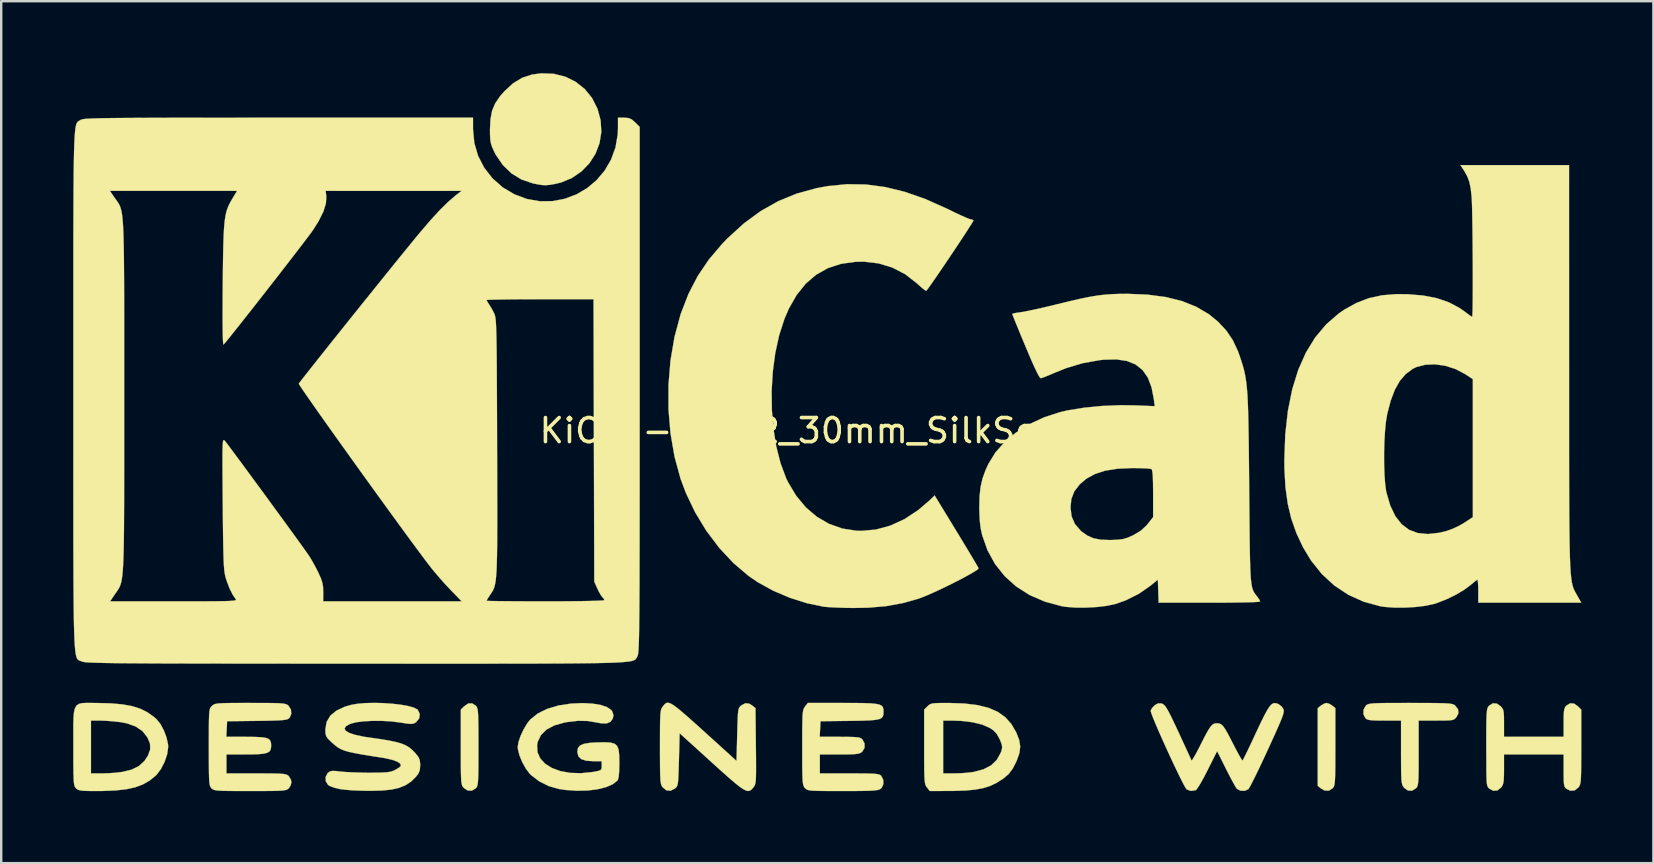
<source format=kicad_pcb>
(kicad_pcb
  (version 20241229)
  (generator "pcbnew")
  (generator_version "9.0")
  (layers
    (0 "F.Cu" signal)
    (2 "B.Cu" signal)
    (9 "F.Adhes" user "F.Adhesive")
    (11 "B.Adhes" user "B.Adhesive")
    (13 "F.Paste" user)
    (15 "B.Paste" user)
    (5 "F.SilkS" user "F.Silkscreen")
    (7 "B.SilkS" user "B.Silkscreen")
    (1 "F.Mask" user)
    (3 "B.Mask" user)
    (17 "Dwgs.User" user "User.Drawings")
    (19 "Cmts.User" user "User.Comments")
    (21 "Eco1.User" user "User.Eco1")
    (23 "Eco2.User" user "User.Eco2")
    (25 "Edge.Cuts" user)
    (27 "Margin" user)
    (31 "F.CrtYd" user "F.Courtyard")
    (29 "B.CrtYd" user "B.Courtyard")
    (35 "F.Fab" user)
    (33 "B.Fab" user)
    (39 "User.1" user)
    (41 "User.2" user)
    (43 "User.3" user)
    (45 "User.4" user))
  (footprint "KiCad-Logo2_30mm_SilkScreen"
    (layer "F.Cu")
    (at 31.389 14.892)
    (property "Reference" "KiCad-Logo2_30mm_SilkScreen" (at 0 0 0) (layer "F.SilkS") (effects (font (size 1 1) (thickness 0.15))))
    (attr exclude_from_pos_files exclude_from_bom)
    (fp_poly (pts (xy 20.943 11.379) (xy 21.062 11.453) (xy 21.195 11.561) (xy 21.195 13.169) (xy 21.194 13.639) (xy 21.193 14.01) (xy 21.189 14.294) (xy 21.182 14.504) (xy 21.171 14.654) (xy 21.155 14.756) (xy 21.134 14.825) (xy 21.107 14.872) (xy 21.087 14.895) (xy 20.93 14.998) (xy 20.751 14.994) (xy 20.594 14.906) (xy 20.461 14.798) (xy 20.461 11.561) (xy 20.594 11.453) (xy 20.723 11.375) (xy 20.828 11.345) (xy 20.943 11.379)) (stroke (width 0.01) (type solid)) (fill yes) (layer "F.SilkS"))
    (fp_poly (pts (xy -14.619 11.458) (xy -14.586 11.496) (xy -14.56 11.545) (xy -14.541 11.618) (xy -14.527 11.728) (xy -14.517 11.888) (xy -14.511 12.112) (xy -14.508 12.412) (xy -14.506 12.801) (xy -14.506 13.18) (xy -14.507 13.649) (xy -14.508 14.018) (xy -14.512 14.301) (xy -14.519 14.51) (xy -14.529 14.659) (xy -14.544 14.76) (xy -14.565 14.827) (xy -14.593 14.872) (xy -14.619 14.901) (xy -14.784 15) (xy -14.96 14.991) (xy -15.117 14.884) (xy -15.153 14.842) (xy -15.182 14.793) (xy -15.203 14.724) (xy -15.218 14.622) (xy -15.229 14.473) (xy -15.235 14.263) (xy -15.239 13.979) (xy -15.24 13.608) (xy -15.24 13.188) (xy -15.24 11.622) (xy -15.101 11.484) (xy -14.931 11.367) (xy -14.765 11.363) (xy -14.619 11.458)) (stroke (width 0.01) (type solid)) (fill yes) (layer "F.SilkS"))
    (fp_poly (pts (xy -11.365 -14.867) (xy -10.884 -14.746) (xy -10.451 -14.532) (xy -10.077 -14.233) (xy -9.772 -13.858) (xy -9.547 -13.414) (xy -9.416 -12.932) (xy -9.386 -12.446) (xy -9.461 -11.977) (xy -9.629 -11.537) (xy -9.883 -11.141) (xy -10.212 -10.801) (xy -10.607 -10.529) (xy -11.06 -10.34) (xy -11.316 -10.278) (xy -11.538 -10.24) (xy -11.71 -10.225) (xy -11.875 -10.235) (xy -12.077 -10.269) (xy -12.243 -10.304) (xy -12.71 -10.461) (xy -13.128 -10.717) (xy -13.488 -11.063) (xy -13.781 -11.491) (xy -13.851 -11.628) (xy -13.933 -11.809) (xy -13.984 -11.962) (xy -14.012 -12.123) (xy -14.023 -12.328) (xy -14.025 -12.559) (xy -14.004 -12.981) (xy -13.937 -13.327) (xy -13.811 -13.63) (xy -13.614 -13.922) (xy -13.421 -14.143) (xy -13.062 -14.473) (xy -12.687 -14.7) (xy -12.273 -14.836) (xy -11.885 -14.887) (xy -11.365 -14.867)) (stroke (width 0.01) (type solid)) (fill yes) (layer "F.SilkS"))
    (fp_poly (pts (xy 24.815 11.346) (xy 25.209 11.348) (xy 25.514 11.352) (xy 25.744 11.358) (xy 25.911 11.368) (xy 26.026 11.383) (xy 26.103 11.401) (xy 26.154 11.426) (xy 26.179 11.444) (xy 26.307 11.607) (xy 26.323 11.776) (xy 26.244 11.929) (xy 26.192 11.99) (xy 26.136 12.032) (xy 26.055 12.058) (xy 25.928 12.072) (xy 25.734 12.078) (xy 25.451 12.079) (xy 25.396 12.079) (xy 24.666 12.079) (xy 24.666 13.434) (xy 24.666 13.861) (xy 24.664 14.189) (xy 24.659 14.434) (xy 24.65 14.609) (xy 24.636 14.729) (xy 24.616 14.808) (xy 24.588 14.861) (xy 24.553 14.901) (xy 24.389 15.001) (xy 24.217 14.993) (xy 24.061 14.88) (xy 24.049 14.865) (xy 24.012 14.812) (xy 23.984 14.75) (xy 23.963 14.664) (xy 23.949 14.539) (xy 23.94 14.359) (xy 23.935 14.11) (xy 23.933 13.777) (xy 23.932 13.398) (xy 23.932 12.079) (xy 23.236 12.079) (xy 22.937 12.077) (xy 22.73 12.069) (xy 22.594 12.053) (xy 22.508 12.025) (xy 22.452 11.983) (xy 22.445 11.976) (xy 22.364 11.81) (xy 22.371 11.622) (xy 22.465 11.458) (xy 22.501 11.426) (xy 22.548 11.401) (xy 22.618 11.382) (xy 22.723 11.368) (xy 22.877 11.358) (xy 23.091 11.351) (xy 23.378 11.347) (xy 23.751 11.346) (xy 24.221 11.345) (xy 24.321 11.345) (xy 24.815 11.346)) (stroke (width 0.01) (type solid)) (fill yes) (layer "F.SilkS"))
    (fp_poly (pts (xy 31.144 11.373) (xy 31.301 11.484) (xy 31.44 11.622) (xy 31.44 13.17) (xy 31.439 13.629) (xy 31.437 13.989) (xy 31.433 14.264) (xy 31.426 14.467) (xy 31.415 14.612) (xy 31.398 14.712) (xy 31.376 14.782) (xy 31.346 14.834) (xy 31.323 14.865) (xy 31.169 14.988) (xy 30.992 15.002) (xy 30.831 14.926) (xy 30.778 14.882) (xy 30.742 14.823) (xy 30.721 14.728) (xy 30.71 14.575) (xy 30.706 14.343) (xy 30.706 14.164) (xy 30.706 13.49) (xy 28.222 13.49) (xy 28.222 14.103) (xy 28.22 14.384) (xy 28.209 14.577) (xy 28.188 14.707) (xy 28.15 14.799) (xy 28.105 14.865) (xy 27.951 14.988) (xy 27.776 15.003) (xy 27.609 14.915) (xy 27.563 14.87) (xy 27.531 14.809) (xy 27.509 14.715) (xy 27.497 14.568) (xy 27.49 14.35) (xy 27.487 14.041) (xy 27.487 13.97) (xy 27.484 13.388) (xy 27.483 12.909) (xy 27.484 12.521) (xy 27.486 12.214) (xy 27.491 11.978) (xy 27.5 11.803) (xy 27.511 11.676) (xy 27.527 11.589) (xy 27.548 11.53) (xy 27.573 11.489) (xy 27.601 11.458) (xy 27.761 11.359) (xy 27.927 11.373) (xy 28.084 11.484) (xy 28.147 11.556) (xy 28.188 11.635) (xy 28.21 11.748) (xy 28.22 11.92) (xy 28.222 12.179) (xy 28.222 12.189) (xy 28.222 12.756) (xy 30.706 12.756) (xy 30.706 12.164) (xy 30.708 11.891) (xy 30.718 11.706) (xy 30.74 11.587) (xy 30.777 11.507) (xy 30.819 11.458) (xy 30.978 11.359) (xy 31.144 11.373)) (stroke (width 0.01) (type solid)) (fill yes) (layer "F.SilkS"))
    (fp_poly (pts (xy 5.092 11.346) (xy 5.736 11.368) (xy 6.285 11.434) (xy 6.746 11.549) (xy 7.129 11.715) (xy 7.443 11.938) (xy 7.696 12.221) (xy 7.898 12.568) (xy 7.902 12.577) (xy 8.023 12.887) (xy 8.066 13.163) (xy 8.031 13.439) (xy 7.918 13.755) (xy 7.897 13.803) (xy 7.751 14.085) (xy 7.587 14.302) (xy 7.375 14.487) (xy 7.086 14.671) (xy 7.069 14.68) (xy 6.818 14.801) (xy 6.533 14.891) (xy 6.198 14.954) (xy 5.793 14.993) (xy 5.3 15.01) (xy 5.126 15.011) (xy 4.298 15.014) (xy 4.181 14.865) (xy 4.146 14.817) (xy 4.119 14.759) (xy 4.099 14.68) (xy 4.084 14.566) (xy 4.074 14.402) (xy 4.071 14.28) (xy 4.854 14.28) (xy 5.324 14.28) (xy 5.598 14.272) (xy 5.88 14.251) (xy 6.112 14.221) (xy 6.126 14.219) (xy 6.537 14.109) (xy 6.856 13.943) (xy 7.092 13.714) (xy 7.257 13.415) (xy 7.286 13.335) (xy 7.314 13.212) (xy 7.301 13.09) (xy 7.242 12.927) (xy 7.207 12.847) (xy 7.09 12.635) (xy 6.949 12.486) (xy 6.795 12.383) (xy 6.485 12.248) (xy 6.088 12.15) (xy 5.626 12.094) (xy 5.292 12.081) (xy 4.854 12.079) (xy 4.854 14.28) (xy 4.071 14.28) (xy 4.068 14.175) (xy 4.065 13.872) (xy 4.064 13.478) (xy 4.064 13.17) (xy 4.064 11.622) (xy 4.203 11.484) (xy 4.264 11.428) (xy 4.331 11.389) (xy 4.423 11.365) (xy 4.564 11.352) (xy 4.774 11.347) (xy 5.074 11.346) (xy 5.092 11.346)) (stroke (width 0.01) (type solid)) (fill yes) (layer "F.SilkS"))
    (fp_poly (pts (xy -30.607 11.345) (xy -30.409 11.347) (xy -29.831 11.361) (xy -29.347 11.403) (xy -28.94 11.476) (xy -28.594 11.586) (xy -28.292 11.737) (xy -28.019 11.933) (xy -27.921 12.018) (xy -27.759 12.217) (xy -27.613 12.487) (xy -27.5 12.787) (xy -27.438 13.074) (xy -27.432 13.18) (xy -27.472 13.474) (xy -27.579 13.795) (xy -27.735 14.099) (xy -27.919 14.342) (xy -27.949 14.371) (xy -28.203 14.577) (xy -28.481 14.737) (xy -28.798 14.857) (xy -29.172 14.94) (xy -29.619 14.99) (xy -30.153 15.012) (xy -30.398 15.014) (xy -30.709 15.013) (xy -30.928 15.006) (xy -31.075 14.993) (xy -31.17 14.969) (xy -31.235 14.933) (xy -31.27 14.901) (xy -31.303 14.863) (xy -31.329 14.815) (xy -31.349 14.742) (xy -31.363 14.632) (xy -31.372 14.471) (xy -31.378 14.248) (xy -31.382 13.948) (xy -31.383 13.558) (xy -31.383 13.18) (xy -31.384 12.675) (xy -31.384 12.272) (xy -31.379 12.079) (xy -30.649 12.079) (xy -30.649 14.28) (xy -30.184 14.28) (xy -29.903 14.272) (xy -29.61 14.251) (xy -29.365 14.222) (xy -29.358 14.221) (xy -28.962 14.125) (xy -28.655 13.976) (xy -28.422 13.764) (xy -28.273 13.535) (xy -28.182 13.28) (xy -28.189 13.041) (xy -28.295 12.785) (xy -28.502 12.519) (xy -28.79 12.323) (xy -29.164 12.192) (xy -29.414 12.145) (xy -29.697 12.113) (xy -29.998 12.089) (xy -30.253 12.079) (xy -30.268 12.079) (xy -30.649 12.079) (xy -31.379 12.079) (xy -31.376 11.959) (xy -31.355 11.725) (xy -31.314 11.559) (xy -31.248 11.449) (xy -31.15 11.384) (xy -31.014 11.352) (xy -30.835 11.343) (xy -30.607 11.345)) (stroke (width 0.01) (type solid)) (fill yes) (layer "F.SilkS"))
    (fp_poly (pts (xy -6.501 11.367) (xy -6.383 11.436) (xy -6.229 11.549) (xy -6.03 11.712) (xy -5.78 11.929) (xy -5.469 12.205) (xy -5.09 12.547) (xy -4.657 12.94) (xy -3.754 13.759) (xy -3.725 12.66) (xy -3.715 12.282) (xy -3.705 12) (xy -3.694 11.799) (xy -3.678 11.661) (xy -3.656 11.572) (xy -3.626 11.514) (xy -3.585 11.471) (xy -3.564 11.453) (xy -3.391 11.358) (xy -3.227 11.372) (xy -3.097 11.453) (xy -2.963 11.561) (xy -2.947 13.136) (xy -2.942 13.599) (xy -2.94 13.963) (xy -2.941 14.241) (xy -2.945 14.447) (xy -2.954 14.594) (xy -2.969 14.696) (xy -2.99 14.767) (xy -3.018 14.82) (xy -3.05 14.862) (xy -3.117 14.941) (xy -3.184 14.993) (xy -3.261 15.013) (xy -3.355 14.995) (xy -3.477 14.934) (xy -3.636 14.824) (xy -3.842 14.66) (xy -4.103 14.435) (xy -4.429 14.144) (xy -4.798 13.81) (xy -6.124 12.607) (xy -6.152 13.703) (xy -6.163 14.081) (xy -6.173 14.362) (xy -6.184 14.563) (xy -6.2 14.699) (xy -6.222 14.789) (xy -6.252 14.846) (xy -6.293 14.889) (xy -6.314 14.906) (xy -6.499 15.002) (xy -6.674 14.987) (xy -6.826 14.865) (xy -6.86 14.816) (xy -6.888 14.759) (xy -6.908 14.68) (xy -6.923 14.565) (xy -6.932 14.4) (xy -6.938 14.173) (xy -6.941 13.868) (xy -6.943 13.472) (xy -6.943 13.18) (xy -6.942 12.722) (xy -6.941 12.363) (xy -6.937 12.09) (xy -6.929 11.889) (xy -6.918 11.745) (xy -6.901 11.645) (xy -6.878 11.576) (xy -6.848 11.524) (xy -6.826 11.494) (xy -6.769 11.423) (xy -6.717 11.37) (xy -6.659 11.339) (xy -6.59 11.337) (xy -6.501 11.367)) (stroke (width 0.01) (type solid)) (fill yes) (layer "F.SilkS"))
    (fp_poly (pts (xy -9.75 11.373) (xy -9.408 11.43) (xy -9.145 11.52) (xy -8.974 11.637) (xy -8.927 11.705) (xy -8.879 11.861) (xy -8.911 12.002) (xy -9.012 12.136) (xy -9.169 12.199) (xy -9.396 12.193) (xy -9.572 12.16) (xy -9.962 12.095) (xy -10.361 12.089) (xy -10.808 12.141) (xy -10.931 12.163) (xy -11.346 12.281) (xy -11.671 12.455) (xy -11.902 12.683) (xy -12.036 12.962) (xy -12.063 13.107) (xy -12.045 13.4) (xy -11.929 13.659) (xy -11.724 13.88) (xy -11.442 14.056) (xy -11.094 14.184) (xy -10.689 14.258) (xy -10.239 14.272) (xy -9.755 14.223) (xy -9.727 14.218) (xy -9.534 14.182) (xy -9.427 14.148) (xy -9.381 14.096) (xy -9.37 14.01) (xy -9.37 13.964) (xy -9.37 13.772) (xy -9.712 13.772) (xy -10.014 13.752) (xy -10.221 13.686) (xy -10.341 13.569) (xy -10.384 13.395) (xy -10.385 13.372) (xy -10.359 13.223) (xy -10.272 13.117) (xy -10.11 13.047) (xy -9.859 13.006) (xy -9.616 12.991) (xy -9.262 12.982) (xy -9.006 12.995) (xy -8.831 13.044) (xy -8.722 13.142) (xy -8.664 13.302) (xy -8.64 13.539) (xy -8.636 13.85) (xy -8.643 14.198) (xy -8.664 14.434) (xy -8.7 14.56) (xy -8.707 14.57) (xy -8.901 14.728) (xy -9.186 14.852) (xy -9.544 14.942) (xy -9.957 14.993) (xy -10.406 15.003) (xy -10.873 14.97) (xy -11.148 14.93) (xy -11.579 14.808) (xy -11.979 14.608) (xy -12.315 14.349) (xy -12.366 14.298) (xy -12.532 14.08) (xy -12.681 13.811) (xy -12.797 13.528) (xy -12.861 13.271) (xy -12.869 13.173) (xy -12.836 12.967) (xy -12.748 12.711) (xy -12.621 12.442) (xy -12.474 12.196) (xy -12.344 12.032) (xy -12.039 11.787) (xy -11.645 11.593) (xy -11.176 11.452) (xy -10.646 11.371) (xy -10.16 11.351) (xy -9.75 11.373)) (stroke (width 0.01) (type solid)) (fill yes) (layer "F.SilkS"))
    (fp_poly (pts (xy 1.152 11.346) (xy 1.534 11.351) (xy 1.826 11.362) (xy 2.041 11.381) (xy 2.191 11.411) (xy 2.287 11.455) (xy 2.341 11.516) (xy 2.365 11.595) (xy 2.371 11.695) (xy 2.371 11.707) (xy 2.366 11.82) (xy 2.342 11.908) (xy 2.287 11.973) (xy 2.187 12.02) (xy 2.029 12.051) (xy 1.801 12.071) (xy 1.49 12.083) (xy 1.081 12.09) (xy 0.956 12.092) (xy -0.254 12.107) (xy -0.271 12.432) (xy -0.288 12.756) (xy 0.553 12.756) (xy 0.881 12.758) (xy 1.116 12.763) (xy 1.275 12.774) (xy 1.379 12.794) (xy 1.445 12.824) (xy 1.494 12.867) (xy 1.494 12.867) (xy 1.582 13.036) (xy 1.579 13.217) (xy 1.487 13.372) (xy 1.468 13.388) (xy 1.404 13.429) (xy 1.315 13.458) (xy 1.183 13.476) (xy 0.987 13.486) (xy 0.708 13.49) (xy 0.53 13.49) (xy -0.282 13.49) (xy -0.282 14.28) (xy 0.951 14.28) (xy 1.358 14.281) (xy 1.667 14.284) (xy 1.893 14.29) (xy 2.051 14.301) (xy 2.156 14.318) (xy 2.223 14.341) (xy 2.266 14.372) (xy 2.277 14.384) (xy 2.358 14.541) (xy 2.364 14.721) (xy 2.298 14.876) (xy 2.245 14.926) (xy 2.191 14.954) (xy 2.106 14.975) (xy 1.978 14.991) (xy 1.794 15.002) (xy 1.539 15.009) (xy 1.2 15.013) (xy 0.765 15.014) (xy 0.667 15.014) (xy 0.225 15.014) (xy -0.119 15.012) (xy -0.377 15.008) (xy -0.564 15.001) (xy -0.694 14.989) (xy -0.78 14.971) (xy -0.837 14.946) (xy -0.878 14.914) (xy -0.901 14.891) (xy -0.935 14.849) (xy -0.961 14.798) (xy -0.981 14.724) (xy -0.996 14.613) (xy -1.006 14.452) (xy -1.012 14.227) (xy -1.015 13.926) (xy -1.016 13.535) (xy -1.016 13.205) (xy -1.016 12.743) (xy -1.014 12.381) (xy -1.01 12.104) (xy -1.003 11.899) (xy -0.992 11.752) (xy -0.975 11.651) (xy -0.953 11.58) (xy -0.924 11.527) (xy -0.899 11.494) (xy -0.782 11.345) (xy 0.669 11.345) (xy 1.152 11.346)) (stroke (width 0.01) (type solid)) (fill yes) (layer "F.SilkS"))
    (fp_poly (pts (xy -23.564 11.346) (xy -23.217 11.348) (xy -22.955 11.352) (xy -22.764 11.36) (xy -22.631 11.372) (xy -22.541 11.39) (xy -22.48 11.414) (xy -22.435 11.446) (xy -22.419 11.46) (xy -22.32 11.616) (xy -22.302 11.794) (xy -22.367 11.953) (xy -22.398 11.985) (xy -22.446 12.016) (xy -22.525 12.04) (xy -22.647 12.058) (xy -22.828 12.071) (xy -23.083 12.08) (xy -23.425 12.088) (xy -23.738 12.092) (xy -24.977 12.107) (xy -24.994 12.432) (xy -25.011 12.756) (xy -24.17 12.756) (xy -23.805 12.76) (xy -23.538 12.773) (xy -23.353 12.802) (xy -23.236 12.852) (xy -23.172 12.928) (xy -23.146 13.037) (xy -23.142 13.139) (xy -23.155 13.263) (xy -23.201 13.355) (xy -23.297 13.418) (xy -23.456 13.459) (xy -23.692 13.481) (xy -24.02 13.489) (xy -24.199 13.49) (xy -25.005 13.49) (xy -25.005 14.28) (xy -23.763 14.28) (xy -23.356 14.281) (xy -23.047 14.284) (xy -22.82 14.289) (xy -22.66 14.3) (xy -22.553 14.316) (xy -22.482 14.339) (xy -22.433 14.37) (xy -22.408 14.393) (xy -22.323 14.528) (xy -22.296 14.647) (xy -22.335 14.793) (xy -22.408 14.901) (xy -22.448 14.935) (xy -22.498 14.962) (xy -22.574 14.981) (xy -22.689 14.996) (xy -22.856 15.005) (xy -23.088 15.01) (xy -23.401 15.013) (xy -23.807 15.014) (xy -24.017 15.014) (xy -24.468 15.014) (xy -24.82 15.012) (xy -25.086 15.008) (xy -25.28 15) (xy -25.415 14.988) (xy -25.506 14.971) (xy -25.566 14.948) (xy -25.609 14.917) (xy -25.626 14.901) (xy -25.659 14.863) (xy -25.685 14.814) (xy -25.704 14.741) (xy -25.718 14.631) (xy -25.728 14.47) (xy -25.734 14.246) (xy -25.737 13.944) (xy -25.738 13.554) (xy -25.739 13.19) (xy -25.738 12.724) (xy -25.737 12.357) (xy -25.734 12.077) (xy -25.728 11.871) (xy -25.718 11.724) (xy -25.703 11.625) (xy -25.681 11.559) (xy -25.653 11.514) (xy -25.617 11.476) (xy -25.608 11.468) (xy -25.565 11.431) (xy -25.514 11.402) (xy -25.443 11.381) (xy -25.337 11.365) (xy -25.182 11.355) (xy -24.964 11.349) (xy -24.669 11.346) (xy -24.284 11.345) (xy -24.01 11.345) (xy -23.564 11.346)) (stroke (width 0.01) (type solid)) (fill yes) (layer "F.SilkS"))
    (fp_poly (pts (xy 18.723 11.355) (xy 18.821 11.39) (xy 18.825 11.392) (xy 18.958 11.493) (xy 19.031 11.598) (xy 19.046 11.647) (xy 19.045 11.712) (xy 19.025 11.804) (xy 18.981 11.936) (xy 18.908 12.119) (xy 18.803 12.363) (xy 18.661 12.682) (xy 18.477 13.085) (xy 18.376 13.306) (xy 18.193 13.7) (xy 18.022 14.062) (xy 17.868 14.379) (xy 17.738 14.639) (xy 17.64 14.826) (xy 17.578 14.929) (xy 17.566 14.944) (xy 17.411 15.007) (xy 17.236 14.998) (xy 17.095 14.922) (xy 17.089 14.915) (xy 17.033 14.831) (xy 16.94 14.666) (xy 16.819 14.442) (xy 16.684 14.18) (xy 16.636 14.084) (xy 16.27 13.351) (xy 15.871 14.147) (xy 15.729 14.422) (xy 15.597 14.661) (xy 15.486 14.844) (xy 15.407 14.955) (xy 15.38 14.979) (xy 15.171 15.011) (xy 14.999 14.944) (xy 14.949 14.872) (xy 14.861 14.713) (xy 14.744 14.483) (xy 14.604 14.196) (xy 14.448 13.869) (xy 14.284 13.518) (xy 14.119 13.156) (xy 13.959 12.802) (xy 13.813 12.469) (xy 13.687 12.174) (xy 13.588 11.932) (xy 13.524 11.76) (xy 13.501 11.671) (xy 13.501 11.668) (xy 13.557 11.557) (xy 13.667 11.444) (xy 13.674 11.439) (xy 13.809 11.362) (xy 13.935 11.363) (xy 13.982 11.377) (xy 14.039 11.409) (xy 14.1 11.47) (xy 14.172 11.575) (xy 14.262 11.735) (xy 14.377 11.963) (xy 14.525 12.273) (xy 14.659 12.559) (xy 14.812 12.891) (xy 14.95 13.189) (xy 15.065 13.439) (xy 15.149 13.623) (xy 15.196 13.728) (xy 15.203 13.744) (xy 15.233 13.717) (xy 15.304 13.606) (xy 15.405 13.425) (xy 15.528 13.191) (xy 15.576 13.095) (xy 15.741 12.77) (xy 15.868 12.533) (xy 15.968 12.371) (xy 16.051 12.27) (xy 16.128 12.215) (xy 16.208 12.194) (xy 16.261 12.192) (xy 16.353 12.2) (xy 16.435 12.234) (xy 16.515 12.308) (xy 16.606 12.435) (xy 16.719 12.63) (xy 16.863 12.907) (xy 16.943 13.065) (xy 17.073 13.315) (xy 17.186 13.524) (xy 17.272 13.671) (xy 17.322 13.741) (xy 17.329 13.744) (xy 17.361 13.689) (xy 17.434 13.546) (xy 17.539 13.331) (xy 17.669 13.058) (xy 17.818 12.742) (xy 17.891 12.585) (xy 18.081 12.18) (xy 18.235 11.869) (xy 18.359 11.64) (xy 18.462 11.485) (xy 18.551 11.392) (xy 18.636 11.353) (xy 18.723 11.355)) (stroke (width 0.01) (type solid)) (fill yes) (layer "F.SilkS"))
    (fp_poly (pts (xy -18.459 11.352) (xy -18.084 11.378) (xy -17.737 11.419) (xy -17.435 11.473) (xy -17.2 11.538) (xy -17.052 11.614) (xy -17.029 11.636) (xy -16.95 11.809) (xy -16.974 11.987) (xy -17.097 12.139) (xy -17.103 12.143) (xy -17.175 12.19) (xy -17.25 12.214) (xy -17.355 12.217) (xy -17.516 12.199) (xy -17.76 12.161) (xy -17.78 12.158) (xy -18.144 12.113) (xy -18.536 12.091) (xy -18.93 12.091) (xy -19.297 12.111) (xy -19.61 12.152) (xy -19.842 12.213) (xy -19.857 12.219) (xy -20.025 12.313) (xy -20.084 12.408) (xy -20.038 12.502) (xy -19.89 12.592) (xy -19.645 12.674) (xy -19.305 12.747) (xy -19.078 12.782) (xy -18.607 12.849) (xy -18.233 12.911) (xy -17.939 12.972) (xy -17.709 13.038) (xy -17.528 13.115) (xy -17.379 13.206) (xy -17.247 13.319) (xy -17.141 13.43) (xy -17.015 13.584) (xy -16.953 13.717) (xy -16.934 13.88) (xy -16.933 13.94) (xy -16.948 14.139) (xy -17.006 14.286) (xy -17.107 14.417) (xy -17.311 14.618) (xy -17.539 14.771) (xy -17.808 14.881) (xy -18.133 14.954) (xy -18.534 14.994) (xy -19.025 15.006) (xy -19.106 15.006) (xy -19.434 14.999) (xy -19.759 14.984) (xy -20.046 14.962) (xy -20.26 14.936) (xy -20.277 14.933) (xy -20.489 14.882) (xy -20.669 14.819) (xy -20.771 14.761) (xy -20.866 14.608) (xy -20.872 14.43) (xy -20.79 14.271) (xy -20.772 14.253) (xy -20.697 14.199) (xy -20.602 14.176) (xy -20.456 14.18) (xy -20.278 14.201) (xy -20.08 14.219) (xy -19.802 14.234) (xy -19.477 14.245) (xy -19.139 14.251) (xy -19.05 14.251) (xy -18.711 14.25) (xy -18.462 14.243) (xy -18.283 14.229) (xy -18.151 14.205) (xy -18.045 14.169) (xy -17.981 14.139) (xy -17.84 14.056) (xy -17.75 13.981) (xy -17.737 13.959) (xy -17.765 13.871) (xy -17.896 13.786) (xy -18.122 13.707) (xy -18.434 13.639) (xy -18.526 13.624) (xy -19.005 13.549) (xy -19.388 13.486) (xy -19.689 13.431) (xy -19.922 13.379) (xy -20.103 13.325) (xy -20.246 13.266) (xy -20.366 13.196) (xy -20.478 13.111) (xy -20.597 13.007) (xy -20.637 12.97) (xy -20.777 12.833) (xy -20.851 12.725) (xy -20.88 12.601) (xy -20.884 12.445) (xy -20.833 12.139) (xy -20.679 11.878) (xy -20.423 11.665) (xy -20.066 11.499) (xy -19.812 11.425) (xy -19.535 11.377) (xy -19.204 11.35) (xy -18.839 11.342) (xy -18.459 11.352)) (stroke (width 0.01) (type solid)) (fill yes) (layer "F.SilkS"))
    (fp_poly (pts (xy 1.642 -10.255) (xy 2.443 -10.149) (xy 3.263 -9.948) (xy 4.112 -9.651) (xy 5 -9.254) (xy 5.057 -9.227) (xy 5.345 -9.086) (xy 5.603 -8.966) (xy 5.811 -8.874) (xy 5.951 -8.818) (xy 5.999 -8.805) (xy 6.095 -8.78) (xy 6.118 -8.759) (xy 6.092 -8.707) (xy 6.012 -8.576) (xy 5.886 -8.379) (xy 5.725 -8.13) (xy 5.536 -7.843) (xy 5.329 -7.533) (xy 5.114 -7.211) (xy 4.9 -6.894) (xy 4.695 -6.593) (xy 4.51 -6.323) (xy 4.353 -6.098) (xy 4.234 -5.931) (xy 4.161 -5.837) (xy 4.152 -5.826) (xy 4.101 -5.849) (xy 3.989 -5.935) (xy 3.836 -6.068) (xy 3.758 -6.14) (xy 3.275 -6.517) (xy 2.742 -6.794) (xy 2.164 -6.969) (xy 1.55 -7.041) (xy 1.203 -7.035) (xy 0.597 -6.949) (xy 0.051 -6.77) (xy -0.437 -6.495) (xy -0.869 -6.125) (xy -1.246 -5.657) (xy -1.57 -5.09) (xy -1.757 -4.657) (xy -1.976 -3.978) (xy -2.138 -3.241) (xy -2.242 -2.463) (xy -2.29 -1.665) (xy -2.281 -0.865) (xy -2.216 -0.082) (xy -2.096 0.665) (xy -1.92 1.356) (xy -1.69 1.974) (xy -1.608 2.145) (xy -1.267 2.715) (xy -0.865 3.198) (xy -0.407 3.588) (xy 0.1 3.883) (xy 0.65 4.078) (xy 1.237 4.169) (xy 1.444 4.176) (xy 2.052 4.121) (xy 2.654 3.957) (xy 3.243 3.687) (xy 3.811 3.314) (xy 4.268 2.923) (xy 4.501 2.7) (xy 5.407 4.186) (xy 5.633 4.557) (xy 5.839 4.898) (xy 6.019 5.197) (xy 6.164 5.442) (xy 6.269 5.62) (xy 6.325 5.72) (xy 6.332 5.735) (xy 6.291 5.784) (xy 6.163 5.87) (xy 5.964 5.986) (xy 5.711 6.125) (xy 5.42 6.277) (xy 5.107 6.434) (xy 4.788 6.589) (xy 4.479 6.732) (xy 4.197 6.857) (xy 3.957 6.954) (xy 3.84 6.997) (xy 3.171 7.186) (xy 2.482 7.311) (xy 1.743 7.376) (xy 1.109 7.387) (xy 0.769 7.382) (xy 0.441 7.371) (xy 0.154 7.357) (xy -0.063 7.341) (xy -0.134 7.332) (xy -0.829 7.188) (xy -1.536 6.962) (xy -2.224 6.669) (xy -2.858 6.321) (xy -3.246 6.057) (xy -3.883 5.516) (xy -4.474 4.883) (xy -5.009 4.174) (xy -5.477 3.405) (xy -5.866 2.59) (xy -6.085 2.004) (xy -6.336 1.086) (xy -6.504 0.113) (xy -6.588 -0.893) (xy -6.588 -1.912) (xy -6.504 -2.922) (xy -6.338 -3.903) (xy -6.087 -4.833) (xy -6.068 -4.891) (xy -5.754 -5.701) (xy -5.37 -6.441) (xy -4.904 -7.131) (xy -4.342 -7.792) (xy -4.123 -8.018) (xy -3.442 -8.638) (xy -2.743 -9.15) (xy -2.013 -9.562) (xy -1.243 -9.877) (xy -0.421 -10.102) (xy 0.056 -10.19) (xy 0.85 -10.268) (xy 1.642 -10.255)) (stroke (width 0.01) (type solid)) (fill yes) (layer "F.SilkS"))
    (fp_poly (pts (xy 30.933 -2.639) (xy 30.933 -1.467) (xy 30.933 -0.402) (xy 30.933 0.561) (xy 30.934 1.427) (xy 30.935 2.203) (xy 30.938 2.893) (xy 30.941 3.503) (xy 30.945 4.039) (xy 30.951 4.507) (xy 30.959 4.91) (xy 30.968 5.256) (xy 30.979 5.55) (xy 30.992 5.797) (xy 31.008 6.002) (xy 31.026 6.172) (xy 31.048 6.311) (xy 31.072 6.426) (xy 31.099 6.521) (xy 31.129 6.603) (xy 31.164 6.676) (xy 31.201 6.746) (xy 31.243 6.819) (xy 31.269 6.865) (xy 31.441 7.168) (xy 27.15 7.168) (xy 27.15 6.689) (xy 27.146 6.472) (xy 27.136 6.306) (xy 27.122 6.217) (xy 27.116 6.209) (xy 27.059 6.243) (xy 26.945 6.333) (xy 26.832 6.429) (xy 26.559 6.633) (xy 26.212 6.838) (xy 25.826 7.026) (xy 25.44 7.177) (xy 25.286 7.225) (xy 24.943 7.298) (xy 24.529 7.348) (xy 24.082 7.373) (xy 23.641 7.372) (xy 23.246 7.343) (xy 23.058 7.314) (xy 22.367 7.124) (xy 21.731 6.835) (xy 21.151 6.451) (xy 20.633 5.974) (xy 20.179 5.406) (xy 19.845 4.852) (xy 19.571 4.268) (xy 19.361 3.671) (xy 19.211 3.041) (xy 19.117 2.358) (xy 19.074 1.601) (xy 19.07 1.214) (xy 19.081 0.93) (xy 23.226 0.93) (xy 23.227 1.395) (xy 23.242 1.833) (xy 23.27 2.219) (xy 23.312 2.525) (xy 23.325 2.587) (xy 23.484 3.123) (xy 23.692 3.558) (xy 23.952 3.893) (xy 24.264 4.129) (xy 24.631 4.267) (xy 25.053 4.308) (xy 25.534 4.253) (xy 25.852 4.174) (xy 26.097 4.083) (xy 26.368 3.954) (xy 26.571 3.835) (xy 26.924 3.604) (xy 26.924 -2.147) (xy 26.587 -2.365) (xy 26.194 -2.57) (xy 25.773 -2.703) (xy 25.348 -2.763) (xy 24.941 -2.746) (xy 24.577 -2.652) (xy 24.417 -2.574) (xy 24.128 -2.359) (xy 23.883 -2.075) (xy 23.677 -1.712) (xy 23.504 -1.259) (xy 23.359 -0.707) (xy 23.353 -0.677) (xy 23.302 -0.366) (xy 23.264 0.023) (xy 23.238 0.464) (xy 23.226 0.93) (xy 19.081 0.93) (xy 19.109 0.149) (xy 19.219 -0.83) (xy 19.399 -1.723) (xy 19.649 -2.531) (xy 19.968 -3.251) (xy 20.357 -3.884) (xy 20.815 -4.429) (xy 21.342 -4.886) (xy 21.568 -5.04) (xy 22.073 -5.321) (xy 22.59 -5.519) (xy 23.14 -5.64) (xy 23.747 -5.689) (xy 24.209 -5.684) (xy 24.857 -5.629) (xy 25.42 -5.52) (xy 25.914 -5.351) (xy 26.356 -5.119) (xy 26.6 -4.948) (xy 26.747 -4.838) (xy 26.855 -4.763) (xy 26.896 -4.741) (xy 26.904 -4.795) (xy 26.911 -4.949) (xy 26.916 -5.187) (xy 26.919 -5.498) (xy 26.921 -5.866) (xy 26.922 -6.278) (xy 26.921 -6.72) (xy 26.919 -7.179) (xy 26.916 -7.641) (xy 26.912 -8.092) (xy 26.906 -8.519) (xy 26.9 -8.906) (xy 26.893 -9.242) (xy 26.885 -9.512) (xy 26.876 -9.702) (xy 26.873 -9.737) (xy 26.835 -10.089) (xy 26.778 -10.364) (xy 26.689 -10.6) (xy 26.558 -10.832) (xy 26.527 -10.88) (xy 26.405 -11.063) (xy 30.932 -11.063) (xy 30.933 -2.639)) (stroke (width 0.01) (type solid)) (fill yes) (layer "F.SilkS"))
    (fp_poly (pts (xy 13.368 -5.667) (xy 14.127 -5.567) (xy 14.804 -5.399) (xy 15.401 -5.161) (xy 15.924 -4.853) (xy 16.312 -4.535) (xy 16.656 -4.165) (xy 16.925 -3.766) (xy 17.14 -3.305) (xy 17.217 -3.089) (xy 17.281 -2.894) (xy 17.337 -2.714) (xy 17.386 -2.538) (xy 17.427 -2.358) (xy 17.462 -2.165) (xy 17.491 -1.949) (xy 17.516 -1.702) (xy 17.536 -1.414) (xy 17.552 -1.076) (xy 17.565 -0.678) (xy 17.575 -0.213) (xy 17.584 0.33) (xy 17.592 0.96) (xy 17.599 1.685) (xy 17.605 2.399) (xy 17.612 3.18) (xy 17.618 3.856) (xy 17.624 4.436) (xy 17.631 4.928) (xy 17.639 5.34) (xy 17.648 5.681) (xy 17.661 5.959) (xy 17.676 6.181) (xy 17.696 6.357) (xy 17.719 6.495) (xy 17.748 6.603) (xy 17.783 6.689) (xy 17.823 6.761) (xy 17.871 6.828) (xy 17.926 6.898) (xy 17.948 6.925) (xy 18.027 7.04) (xy 18.062 7.117) (xy 18.062 7.12) (xy 18.008 7.131) (xy 17.853 7.141) (xy 17.61 7.15) (xy 17.291 7.157) (xy 16.908 7.163) (xy 16.475 7.167) (xy 16.002 7.168) (xy 15.948 7.168) (xy 13.833 7.168) (xy 13.801 6.208) (xy 13.49 6.463) (xy 13.004 6.8) (xy 12.454 7.074) (xy 12.022 7.225) (xy 11.676 7.298) (xy 11.26 7.348) (xy 10.811 7.373) (xy 10.369 7.372) (xy 9.974 7.342) (xy 9.793 7.313) (xy 9.093 7.124) (xy 8.461 6.85) (xy 7.901 6.495) (xy 7.419 6.063) (xy 7.018 5.558) (xy 6.703 4.985) (xy 6.482 4.355) (xy 6.42 4.072) (xy 6.382 3.761) (xy 6.364 3.387) (xy 6.361 3.217) (xy 6.362 3.201) (xy 10.161 3.201) (xy 10.208 3.577) (xy 10.349 3.896) (xy 10.591 4.174) (xy 10.616 4.196) (xy 10.858 4.37) (xy 11.116 4.483) (xy 11.42 4.543) (xy 11.797 4.557) (xy 11.887 4.555) (xy 12.156 4.542) (xy 12.357 4.515) (xy 12.532 4.464) (xy 12.726 4.379) (xy 12.779 4.353) (xy 13.082 4.174) (xy 13.316 3.961) (xy 13.38 3.885) (xy 13.603 3.602) (xy 13.603 2.623) (xy 13.6 2.23) (xy 13.592 1.94) (xy 13.577 1.744) (xy 13.555 1.634) (xy 13.535 1.601) (xy 13.455 1.586) (xy 13.286 1.572) (xy 13.052 1.563) (xy 12.775 1.559) (xy 12.731 1.559) (xy 12.127 1.585) (xy 11.613 1.666) (xy 11.181 1.805) (xy 10.818 2.004) (xy 10.544 2.239) (xy 10.321 2.528) (xy 10.197 2.843) (xy 10.161 3.201) (xy 6.362 3.201) (xy 6.371 2.749) (xy 6.413 2.354) (xy 6.494 1.998) (xy 6.622 1.644) (xy 6.742 1.382) (xy 7.035 0.906) (xy 7.426 0.466) (xy 7.902 0.07) (xy 8.451 -0.273) (xy 9.063 -0.556) (xy 9.724 -0.771) (xy 10.047 -0.846) (xy 10.728 -0.956) (xy 11.47 -1.029) (xy 12.228 -1.061) (xy 12.86 -1.053) (xy 13.67 -1.019) (xy 13.633 -1.314) (xy 13.536 -1.81) (xy 13.381 -2.213) (xy 13.161 -2.528) (xy 12.874 -2.756) (xy 12.515 -2.902) (xy 12.08 -2.968) (xy 11.563 -2.957) (xy 11.374 -2.937) (xy 10.668 -2.811) (xy 9.984 -2.606) (xy 9.511 -2.416) (xy 9.285 -2.319) (xy 9.093 -2.241) (xy 8.961 -2.193) (xy 8.923 -2.183) (xy 8.874 -2.228) (xy 8.79 -2.373) (xy 8.671 -2.619) (xy 8.515 -2.968) (xy 8.323 -3.421) (xy 8.29 -3.5) (xy 8.139 -3.861) (xy 8.004 -4.188) (xy 7.891 -4.465) (xy 7.804 -4.68) (xy 7.75 -4.816) (xy 7.735 -4.86) (xy 7.785 -4.884) (xy 7.916 -4.91) (xy 8.057 -4.929) (xy 8.208 -4.953) (xy 8.447 -5) (xy 8.753 -5.066) (xy 9.105 -5.146) (xy 9.481 -5.236) (xy 9.624 -5.271) (xy 10.149 -5.399) (xy 10.587 -5.499) (xy 10.96 -5.575) (xy 11.29 -5.63) (xy 11.597 -5.666) (xy 11.903 -5.688) (xy 12.231 -5.699) (xy 12.521 -5.701) (xy 13.368 -5.667)) (stroke (width 0.01) (type solid)) (fill yes) (layer "F.SilkS"))
    (fp_poly (pts (xy -14.732 -12.555) (xy -14.678 -11.985) (xy -14.52 -11.447) (xy -14.265 -10.952) (xy -13.921 -10.512) (xy -13.496 -10.137) (xy -13.011 -9.848) (xy -12.48 -9.65) (xy -11.945 -9.557) (xy -11.417 -9.563) (xy -10.906 -9.66) (xy -10.423 -9.843) (xy -9.978 -10.104) (xy -9.583 -10.437) (xy -9.247 -10.834) (xy -8.981 -11.29) (xy -8.796 -11.797) (xy -8.702 -12.349) (xy -8.692 -12.599) (xy -8.692 -13.039) (xy -8.433 -13.039) (xy -8.251 -13.024) (xy -8.117 -12.965) (xy -7.981 -12.847) (xy -7.789 -12.655) (xy -7.789 -1.697) (xy -7.789 -0.386) (xy -7.79 0.816) (xy -7.79 1.915) (xy -7.79 2.916) (xy -7.791 3.822) (xy -7.792 4.639) (xy -7.794 5.371) (xy -7.795 6.023) (xy -7.797 6.6) (xy -7.8 7.107) (xy -7.803 7.547) (xy -7.807 7.927) (xy -7.811 8.25) (xy -7.815 8.522) (xy -7.821 8.746) (xy -7.827 8.929) (xy -7.834 9.073) (xy -7.841 9.185) (xy -7.85 9.269) (xy -7.859 9.329) (xy -7.869 9.371) (xy -7.88 9.398) (xy -7.886 9.408) (xy -7.906 9.443) (xy -7.924 9.475) (xy -7.943 9.505) (xy -7.968 9.531) (xy -8.004 9.556) (xy -8.056 9.578) (xy -8.127 9.598) (xy -8.223 9.616) (xy -8.347 9.631) (xy -8.506 9.645) (xy -8.703 9.657) (xy -8.943 9.668) (xy -9.231 9.677) (xy -9.571 9.684) (xy -9.968 9.69) (xy -10.426 9.695) (xy -10.951 9.699) (xy -11.546 9.702) (xy -12.216 9.705) (xy -12.967 9.706) (xy -13.802 9.707) (xy -14.726 9.708) (xy -15.744 9.708) (xy -16.86 9.708) (xy -18.08 9.707) (xy -19.407 9.707) (xy -19.599 9.707) (xy -20.933 9.707) (xy -22.16 9.707) (xy -23.283 9.706) (xy -24.307 9.705) (xy -25.236 9.704) (xy -26.075 9.703) (xy -26.83 9.701) (xy -27.503 9.7) (xy -28.1 9.697) (xy -28.626 9.694) (xy -29.085 9.691) (xy -29.481 9.688) (xy -29.82 9.683) (xy -30.106 9.678) (xy -30.343 9.673) (xy -30.536 9.667) (xy -30.69 9.66) (xy -30.809 9.653) (xy -30.898 9.645) (xy -30.962 9.636) (xy -31.005 9.626) (xy -31.026 9.617) (xy -31.069 9.6) (xy -31.107 9.586) (xy -31.143 9.573) (xy -31.175 9.555) (xy -31.205 9.528) (xy -31.231 9.487) (xy -31.255 9.427) (xy -31.276 9.344) (xy -31.295 9.232) (xy -31.311 9.088) (xy -31.325 8.907) (xy -31.338 8.683) (xy -31.348 8.413) (xy -31.357 8.091) (xy -31.364 7.714) (xy -31.37 7.275) (xy -31.374 6.771) (xy -31.378 6.197) (xy -31.38 5.548) (xy -31.382 4.82) (xy -31.383 4.008) (xy -31.383 3.106) (xy -31.384 2.112) (xy -31.383 1.019) (xy -31.383 -0.177) (xy -31.383 -1.48) (xy -31.383 -1.691) (xy -31.383 -3.005) (xy -31.383 -4.211) (xy -31.383 -5.314) (xy -31.383 -6.318) (xy -31.383 -7.228) (xy -31.382 -8.049) (xy -31.38 -8.785) (xy -31.378 -9.441) (xy -31.375 -9.991) (xy -29.861 -9.991) (xy -29.662 -9.701) (xy -29.606 -9.623) (xy -29.556 -9.553) (xy -29.511 -9.486) (xy -29.47 -9.417) (xy -29.435 -9.338) (xy -29.404 -9.245) (xy -29.377 -9.132) (xy -29.353 -8.991) (xy -29.334 -8.819) (xy -29.317 -8.608) (xy -29.303 -8.352) (xy -29.292 -8.046) (xy -29.284 -7.684) (xy -29.277 -7.26) (xy -29.273 -6.768) (xy -29.269 -6.202) (xy -29.267 -5.555) (xy -29.266 -4.823) (xy -29.266 -3.999) (xy -29.266 -3.078) (xy -29.266 -2.052) (xy -29.266 -1.439) (xy -29.266 -0.355) (xy -29.266 0.623) (xy -29.266 1.5) (xy -29.267 2.282) (xy -29.268 2.974) (xy -29.271 3.584) (xy -29.274 4.116) (xy -29.28 4.577) (xy -29.287 4.972) (xy -29.297 5.308) (xy -29.309 5.591) (xy -29.324 5.825) (xy -29.341 6.019) (xy -29.362 6.176) (xy -29.387 6.304) (xy -29.416 6.408) (xy -29.449 6.495) (xy -29.486 6.569) (xy -29.528 6.637) (xy -29.575 6.705) (xy -29.627 6.779) (xy -29.658 6.824) (xy -29.851 7.112) (xy -27.194 7.112) (xy -26.577 7.112) (xy -26.065 7.111) (xy -25.647 7.109) (xy -25.315 7.106) (xy -25.059 7.102) (xy -24.87 7.095) (xy -24.74 7.086) (xy -24.658 7.075) (xy -24.617 7.06) (xy -24.606 7.042) (xy -24.617 7.02) (xy -24.623 7.013) (xy -24.748 6.828) (xy -24.878 6.564) (xy -24.996 6.254) (xy -25.037 6.122) (xy -25.06 6.032) (xy -25.08 5.927) (xy -25.096 5.795) (xy -25.11 5.628) (xy -25.121 5.413) (xy -25.13 5.141) (xy -25.138 4.801) (xy -25.145 4.383) (xy -25.151 3.877) (xy -25.157 3.271) (xy -25.158 3.048) (xy -25.164 2.422) (xy -25.167 1.9) (xy -25.17 1.474) (xy -25.17 1.133) (xy -25.168 0.869) (xy -25.164 0.673) (xy -25.157 0.536) (xy -25.147 0.45) (xy -25.133 0.405) (xy -25.116 0.392) (xy -25.095 0.402) (xy -25.073 0.423) (xy -25.021 0.488) (xy -24.911 0.633) (xy -24.75 0.849) (xy -24.546 1.124) (xy -24.307 1.447) (xy -24.041 1.809) (xy -23.755 2.198) (xy -23.457 2.603) (xy -23.156 3.015) (xy -22.858 3.423) (xy -22.572 3.815) (xy -22.306 4.181) (xy -22.067 4.511) (xy -21.863 4.793) (xy -21.703 5.018) (xy -21.592 5.174) (xy -21.57 5.207) (xy -21.455 5.392) (xy -21.321 5.632) (xy -21.194 5.879) (xy -21.178 5.913) (xy -21.069 6.154) (xy -21.007 6.342) (xy -20.978 6.521) (xy -20.972 6.731) (xy -20.975 7.112) (xy -15.203 7.112) (xy -15.659 6.643) (xy -15.893 6.394) (xy -16.144 6.111) (xy -16.375 5.84) (xy -16.477 5.713) (xy -16.629 5.516) (xy -16.829 5.25) (xy -17.072 4.923) (xy -17.351 4.545) (xy -17.66 4.123) (xy -17.994 3.665) (xy -18.347 3.179) (xy -18.713 2.675) (xy -19.086 2.158) (xy -19.46 1.639) (xy -19.829 1.124) (xy -20.188 0.623) (xy -20.531 0.143) (xy -20.851 -0.307) (xy -21.144 -0.72) (xy -21.402 -1.088) (xy -21.621 -1.401) (xy -21.794 -1.652) (xy -21.916 -1.833) (xy -21.981 -1.936) (xy -21.989 -1.957) (xy -21.95 -2.013) (xy -21.846 -2.149) (xy -21.684 -2.356) (xy -21.472 -2.625) (xy -21.217 -2.947) (xy -20.924 -3.315) (xy -20.602 -3.72) (xy -20.256 -4.153) (xy -19.893 -4.606) (xy -19.521 -5.07) (xy -19.223 -5.441) (xy -14.168 -5.441) (xy -14.138 -5.377) (xy -14.066 -5.265) (xy -14.061 -5.258) (xy -13.967 -5.107) (xy -13.869 -4.923) (xy -13.849 -4.882) (xy -13.832 -4.84) (xy -13.816 -4.79) (xy -13.802 -4.724) (xy -13.79 -4.635) (xy -13.78 -4.518) (xy -13.771 -4.364) (xy -13.764 -4.166) (xy -13.757 -3.919) (xy -13.752 -3.614) (xy -13.747 -3.245) (xy -13.743 -2.805) (xy -13.74 -2.287) (xy -13.737 -1.683) (xy -13.734 -0.988) (xy -13.731 -0.194) (xy -13.729 0.7) (xy -13.726 1.626) (xy -13.724 2.446) (xy -13.723 3.167) (xy -13.722 3.795) (xy -13.724 4.339) (xy -13.727 4.805) (xy -13.733 5.2) (xy -13.741 5.532) (xy -13.751 5.806) (xy -13.766 6.03) (xy -13.783 6.211) (xy -13.805 6.357) (xy -13.831 6.473) (xy -13.861 6.567) (xy -13.896 6.647) (xy -13.937 6.718) (xy -13.983 6.788) (xy -14.025 6.851) (xy -14.111 6.982) (xy -14.162 7.07) (xy -14.168 7.086) (xy -14.113 7.092) (xy -13.957 7.097) (xy -13.711 7.101) (xy -13.387 7.105) (xy -12.995 7.108) (xy -12.548 7.11) (xy -12.057 7.112) (xy -11.712 7.112) (xy -11.187 7.111) (xy -10.703 7.108) (xy -10.271 7.103) (xy -9.901 7.096) (xy -9.604 7.088) (xy -9.393 7.079) (xy -9.276 7.069) (xy -9.257 7.062) (xy -9.295 6.988) (xy -9.335 6.948) (xy -9.401 6.862) (xy -9.487 6.711) (xy -9.547 6.588) (xy -9.68 6.294) (xy -9.696 0.409) (xy -9.711 -5.475) (xy -11.939 -5.475) (xy -12.428 -5.474) (xy -12.88 -5.472) (xy -13.283 -5.468) (xy -13.625 -5.463) (xy -13.893 -5.458) (xy -14.077 -5.451) (xy -14.163 -5.444) (xy -14.168 -5.441) (xy -19.223 -5.441) (xy -19.146 -5.536) (xy -18.775 -5.997) (xy -18.415 -6.444) (xy -18.073 -6.868) (xy -17.755 -7.261) (xy -17.468 -7.613) (xy -17.219 -7.918) (xy -17.015 -8.166) (xy -16.929 -8.269) (xy -16.498 -8.772) (xy -16.115 -9.189) (xy -15.771 -9.528) (xy -15.456 -9.8) (xy -15.409 -9.836) (xy -15.212 -9.989) (xy -18.041 -9.99) (xy -20.871 -9.991) (xy -20.844 -9.751) (xy -20.861 -9.464) (xy -20.968 -9.123) (xy -21.168 -8.724) (xy -21.395 -8.363) (xy -21.476 -8.249) (xy -21.616 -8.062) (xy -21.807 -7.81) (xy -22.041 -7.505) (xy -22.308 -7.158) (xy -22.602 -6.779) (xy -22.912 -6.379) (xy -23.232 -5.969) (xy -23.552 -5.559) (xy -23.865 -5.16) (xy -24.162 -4.783) (xy -24.434 -4.439) (xy -24.673 -4.138) (xy -24.871 -3.891) (xy -25.02 -3.708) (xy -25.111 -3.601) (xy -25.126 -3.584) (xy -25.14 -3.624) (xy -25.151 -3.776) (xy -25.159 -4.037) (xy -25.164 -4.407) (xy -25.165 -4.885) (xy -25.163 -5.468) (xy -25.159 -6.068) (xy -25.152 -6.728) (xy -25.144 -7.287) (xy -25.134 -7.755) (xy -25.121 -8.143) (xy -25.103 -8.462) (xy -25.079 -8.724) (xy -25.047 -8.938) (xy -25.008 -9.117) (xy -24.958 -9.272) (xy -24.898 -9.412) (xy -24.825 -9.55) (xy -24.752 -9.675) (xy -24.562 -9.991) (xy -29.861 -9.991) (xy -31.375 -9.991) (xy -31.375 -10.022) (xy -31.371 -10.532) (xy -31.366 -10.977) (xy -31.359 -11.36) (xy -31.352 -11.687) (xy -31.343 -11.963) (xy -31.332 -12.191) (xy -31.319 -12.377) (xy -31.305 -12.526) (xy -31.289 -12.642) (xy -31.27 -12.729) (xy -31.249 -12.793) (xy -31.226 -12.839) (xy -31.201 -12.87) (xy -31.172 -12.893) (xy -31.141 -12.91) (xy -31.108 -12.928) (xy -31.078 -12.946) (xy -31.051 -12.958) (xy -31.01 -12.97) (xy -30.949 -12.981) (xy -30.863 -12.99) (xy -30.745 -12.998) (xy -30.59 -13.006) (xy -30.394 -13.012) (xy -30.15 -13.017) (xy -29.853 -13.022) (xy -29.497 -13.026) (xy -29.077 -13.029) (xy -28.588 -13.032) (xy -28.024 -13.034) (xy -27.38 -13.036) (xy -26.65 -13.037) (xy -25.828 -13.038) (xy -24.91 -13.038) (xy -23.889 -13.039) (xy -22.834 -13.039) (xy -14.732 -13.039) (xy -14.732 -12.555)) (stroke (width 0.01) (type solid)) (fill yes) (layer "F.SilkS")))
  (gr_rect
    (start -3 -3)
    (end 65.835 32.911)
    (stroke (width 0.1) (type default))
    (fill no)
    (layer "Edge.Cuts")))
</source>
